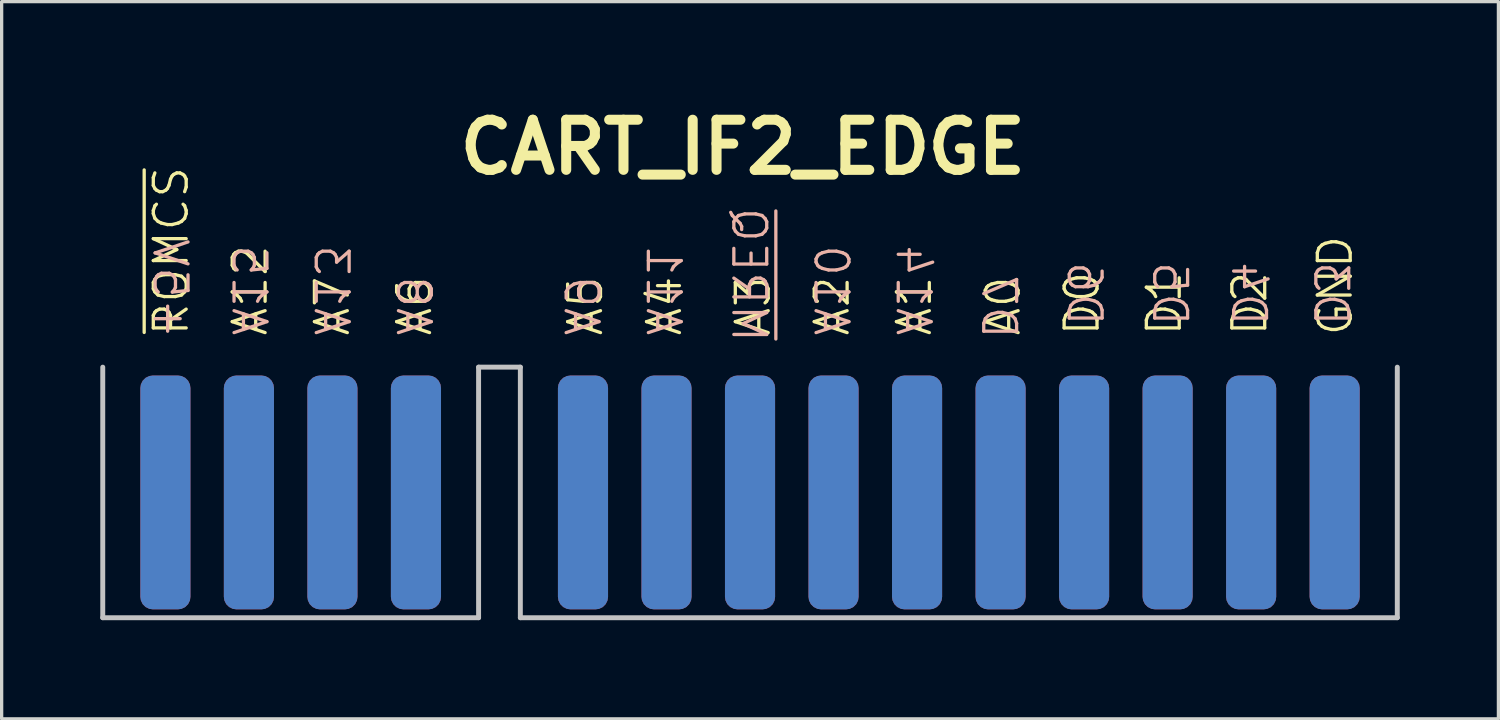
<source format=kicad_pcb>
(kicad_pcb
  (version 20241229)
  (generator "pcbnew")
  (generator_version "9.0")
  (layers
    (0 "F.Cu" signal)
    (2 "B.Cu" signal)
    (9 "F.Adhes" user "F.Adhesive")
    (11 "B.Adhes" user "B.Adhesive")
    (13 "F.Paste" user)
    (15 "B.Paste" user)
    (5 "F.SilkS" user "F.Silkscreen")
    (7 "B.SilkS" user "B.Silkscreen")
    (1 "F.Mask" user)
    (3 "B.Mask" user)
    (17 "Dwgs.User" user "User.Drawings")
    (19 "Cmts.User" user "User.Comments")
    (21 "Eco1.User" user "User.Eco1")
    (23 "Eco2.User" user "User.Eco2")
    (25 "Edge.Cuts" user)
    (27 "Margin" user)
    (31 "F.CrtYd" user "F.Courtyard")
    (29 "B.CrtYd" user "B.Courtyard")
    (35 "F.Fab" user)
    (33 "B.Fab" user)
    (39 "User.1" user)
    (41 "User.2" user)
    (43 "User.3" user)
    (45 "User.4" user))
  (footprint "CART_IF2_EDGE"
    (layer "F.Cu")
    (at 12.14 11.926)
    (property "Reference" "CART_IF2_EDGE" (at 7.4 -10.5 0) (layer "F.SilkS") (effects (font (size 1.524 1.524) (thickness 0.305))))
    (attr through_hole)
    (fp_line (start -12.065 -3.81) (end -12.065 3.81) (stroke (width 0.15) (type solid)) (layer "Dwgs.User"))
    (fp_line (start -12.065 3.81) (end -0.635 3.81) (stroke (width 0.15) (type solid)) (layer "Dwgs.User"))
    (fp_line (start -0.635 -3.81) (end 0.635 -3.81) (stroke (width 0.15) (type solid)) (layer "Dwgs.User"))
    (fp_line (start -0.635 3.81) (end -0.635 -3.81) (stroke (width 0.15) (type solid)) (layer "Dwgs.User"))
    (fp_line (start 0.635 -3.81) (end 0.635 3.81) (stroke (width 0.15) (type solid)) (layer "Dwgs.User"))
    (fp_line (start 0.635 3.81) (end 27.305 3.81) (stroke (width 0.15) (type solid)) (layer "Dwgs.User"))
    (fp_line (start 27.305 3.81) (end 27.305 -3.81) (stroke (width 0.15) (type solid)) (layer "Dwgs.User"))
    (fp_text user "A6" (at -2 -4.7 90) (unlocked yes) (layer "F.SilkS") (effects (font (size 1 1) (thickness 0.1)) (justify left bottom)))
    (fp_text user "D1" (at 20.8 -4.7 90) (unlocked yes) (layer "F.SilkS") (effects (font (size 1 1) (thickness 0.1)) (justify left bottom)))
    (fp_text user "A7" (at -4.5 -4.7 90) (unlocked yes) (layer "F.SilkS") (effects (font (size 1 1) (thickness 0.1)) (justify left bottom)))
    (fp_text user "A3" (at 8.3 -4.7 90) (unlocked yes) (layer "F.SilkS") (effects (font (size 1 1) (thickness 0.1)) (justify left bottom)))
    (fp_text user "D2" (at 23.4 -4.7 90) (unlocked yes) (layer "F.SilkS") (effects (font (size 1 1) (thickness 0.1)) (justify left bottom)))
    (fp_text user "A5" (at 3.2 -4.7 90) (unlocked yes) (layer "F.SilkS") (effects (font (size 1 1) (thickness 0.1)) (justify left bottom)))
    (fp_text user "A1" (at 13.2 -4.7 90) (unlocked yes) (layer "F.SilkS") (effects (font (size 1 1) (thickness 0.1)) (justify left bottom)))
    (fp_text user "A2" (at 10.7 -4.7 90) (unlocked yes) (layer "F.SilkS") (effects (font (size 1 1) (thickness 0.1)) (justify left bottom)))
    (fp_text user "A12" (at -7 -4.7 90) (unlocked yes) (layer "F.SilkS") (effects (font (size 1 1) (thickness 0.1)) (justify left bottom)))
    (fp_text user "GND" (at 26 -4.7 90) (unlocked yes) (layer "F.SilkS") (effects (font (size 1 1) (thickness 0.1)) (justify left bottom)))
    (fp_text user "~{ROMCS}" (at -9.4 -4.7 90) (unlocked yes) (layer "F.SilkS") (effects (font (size 1 1) (thickness 0.1)) (justify left bottom)))
    (fp_text user "A4" (at 5.6 -4.7 90) (unlocked yes) (layer "F.SilkS") (effects (font (size 1 1) (thickness 0.1)) (justify left bottom)))
    (fp_text user "A0" (at 15.9 -4.7 90) (unlocked yes) (layer "F.SilkS") (effects (font (size 1 1) (thickness 0.1)) (justify left bottom)))
    (fp_text user "D0" (at 18.3 -4.7 90) (unlocked yes) (layer "F.SilkS") (effects (font (size 1 1) (thickness 0.1)) (justify left bottom)))
    (fp_text user "A15" (at -8.2 -4.7 270) (unlocked yes) (layer "B.SilkS") (effects (font (size 1 1) (thickness 0.1)) (justify left bottom mirror)))
    (fp_text user "A9" (at 1.9 -4.7 270) (unlocked yes) (layer "B.SilkS") (effects (font (size 1 1) (thickness 0.1)) (justify left bottom mirror)))
    (fp_text user "D4" (at 22.2 -5 270) (unlocked yes) (layer "B.SilkS") (effects (font (size 1 1) (thickness 0.1)) (justify left bottom mirror)))
    (fp_text user "+5V" (at -10.6 -4.6 270) (unlocked yes) (layer "B.SilkS") (effects (font (size 1 1) (thickness 0.1)) (justify left bottom mirror)))
    (fp_text user "D3" (at 24.7 -5 270) (unlocked yes) (layer "B.SilkS") (effects (font (size 1 1) (thickness 0.1)) (justify left bottom mirror)))
    (fp_text user "D7" (at 14.6 -4.6 270) (unlocked yes) (layer "B.SilkS") (effects (font (size 1 1) (thickness 0.1)) (justify left bottom mirror)))
    (fp_text user "A10" (at 9.5 -4.7 270) (unlocked yes) (layer "B.SilkS") (effects (font (size 1 1) (thickness 0.1)) (justify left bottom mirror)))
    (fp_text user "D5" (at 19.8 -5 270) (unlocked yes) (layer "B.SilkS") (effects (font (size 1 1) (thickness 0.1)) (justify left bottom mirror)))
    (fp_text user "A11" (at 4.4 -4.7 270) (unlocked yes) (layer "B.SilkS") (effects (font (size 1 1) (thickness 0.1)) (justify left bottom mirror)))
    (fp_text user "D6" (at 17.2 -5 270) (unlocked yes) (layer "B.SilkS") (effects (font (size 1 1) (thickness 0.1)) (justify left bottom mirror)))
    (fp_text user "~{MREQ}" (at 7 -4.5 270) (unlocked yes) (layer "B.SilkS") (effects (font (size 1 1) (thickness 0.1)) (justify left bottom mirror)))
    (fp_text user "A14" (at 12 -4.7 270) (unlocked yes) (layer "B.SilkS") (effects (font (size 1 1) (thickness 0.1)) (justify left bottom mirror)))
    (fp_text user "A13" (at -5.7 -4.7 270) (unlocked yes) (layer "B.SilkS") (effects (font (size 1 1) (thickness 0.1)) (justify left bottom mirror)))
    (fp_text user "A8" (at -3.2 -4.7 270) (unlocked yes) (layer "B.SilkS") (effects (font (size 1 1) (thickness 0.1)) (justify left bottom mirror)))
    (pad "1" connect roundrect (at -10.16 0) (size 1.524 7.112) (layers "F.Cu" "F.Mask") (roundrect_rratio 0.25))
    (pad "2" connect roundrect (at -10.16 0) (size 1.524 7.112) (layers "B.Cu" "B.Mask") (roundrect_rratio 0.25))
    (pad "3" connect roundrect (at -7.62 0) (size 1.524 7.112) (layers "F.Cu" "F.Mask") (roundrect_rratio 0.25))
    (pad "4" connect roundrect (at -7.62 0) (size 1.524 7.112) (layers "B.Cu" "B.Mask") (roundrect_rratio 0.25))
    (pad "5" connect roundrect (at -5.08 0) (size 1.524 7.112) (layers "F.Cu" "F.Mask") (roundrect_rratio 0.25))
    (pad "6" connect roundrect (at -5.08 0) (size 1.524 7.112) (layers "B.Cu" "B.Mask") (roundrect_rratio 0.25))
    (pad "7" connect roundrect (at -2.54 0) (size 1.524 7.112) (layers "F.Cu" "F.Mask") (roundrect_rratio 0.25))
    (pad "8" connect roundrect (at -2.54 0) (size 1.524 7.112) (layers "B.Cu" "B.Mask") (roundrect_rratio 0.25))
    (pad "9" connect roundrect (at 2.54 0) (size 1.524 7.112) (layers "F.Cu" "F.Mask") (roundrect_rratio 0.25))
    (pad "10" connect roundrect (at 2.54 0) (size 1.524 7.112) (layers "B.Cu" "B.Mask") (roundrect_rratio 0.25))
    (pad "11" connect roundrect (at 5.08 0) (size 1.524 7.112) (layers "F.Cu" "F.Mask") (roundrect_rratio 0.25))
    (pad "12" connect roundrect (at 5.08 0) (size 1.524 7.112) (layers "B.Cu" "B.Mask") (roundrect_rratio 0.25))
    (pad "13" connect roundrect (at 7.62 0) (size 1.524 7.112) (layers "F.Cu" "F.Mask") (roundrect_rratio 0.25))
    (pad "14" connect roundrect (at 7.62 0) (size 1.524 7.112) (layers "B.Cu" "B.Mask") (roundrect_rratio 0.25))
    (pad "15" connect roundrect (at 10.16 0) (size 1.524 7.112) (layers "F.Cu" "F.Mask") (roundrect_rratio 0.25))
    (pad "16" connect roundrect (at 10.16 0) (size 1.524 7.112) (layers "B.Cu" "B.Mask") (roundrect_rratio 0.25))
    (pad "17" connect roundrect (at 12.7 0) (size 1.524 7.112) (layers "F.Cu" "F.Mask") (roundrect_rratio 0.25))
    (pad "18" connect roundrect (at 12.7 0) (size 1.524 7.112) (layers "B.Cu" "B.Mask") (roundrect_rratio 0.25))
    (pad "19" connect roundrect (at 15.24 0) (size 1.524 7.112) (layers "F.Cu" "F.Mask") (roundrect_rratio 0.25))
    (pad "20" connect roundrect (at 15.24 0) (size 1.524 7.112) (layers "B.Cu" "B.Mask") (roundrect_rratio 0.25))
    (pad "21" connect roundrect (at 17.78 0) (size 1.524 7.112) (layers "F.Cu" "F.Mask") (roundrect_rratio 0.25))
    (pad "22" connect roundrect (at 17.78 0) (size 1.524 7.112) (layers "B.Cu" "B.Mask") (roundrect_rratio 0.25))
    (pad "23" connect roundrect (at 20.32 0) (size 1.524 7.112) (layers "F.Cu" "F.Mask") (roundrect_rratio 0.25))
    (pad "24" connect roundrect (at 20.32 0) (size 1.524 7.112) (layers "B.Cu" "B.Mask") (roundrect_rratio 0.25))
    (pad "25" connect roundrect (at 22.86 0) (size 1.524 7.112) (layers "F.Cu" "F.Mask") (roundrect_rratio 0.25))
    (pad "26" connect roundrect (at 22.86 0) (size 1.524 7.112) (layers "B.Cu" "B.Mask") (roundrect_rratio 0.25))
    (pad "27" connect roundrect (at 25.4 0) (size 1.524 7.112) (layers "F.Cu" "F.Mask") (roundrect_rratio 0.25))
    (pad "28" connect roundrect (at 25.4 0) (size 1.524 7.112) (layers "B.Cu" "B.Mask") (roundrect_rratio 0.25))
    (zone (net_name "") (layer "F.Cu") (hatch edge 0.5) (connect_pads) (min_thickness 0.25) (filled_areas_thickness no) (keepout (tracks not_allowed) (vias not_allowed) (pads allowed) (copperpour allowed) (footprints allowed)) (placement (enabled no)) (fill) (polygon (pts (xy 0.317 8.982) (xy 1.077 8.982) (xy 1.077 15.472) (xy 0.313 15.472))))
    (zone (net_name "") (layer "F.Cu") (hatch edge 0.5) (connect_pads) (min_thickness 0.25) (filled_areas_thickness no) (keepout (tracks not_allowed) (vias not_allowed) (pads allowed) (copperpour allowed) (footprints allowed)) (placement (enabled no)) (fill) (polygon (pts (xy 2.86 8.982) (xy 3.62 8.982) (xy 3.62 15.472) (xy 2.856 15.472))))
    (zone (net_name "") (layer "F.Cu") (hatch edge 0.5) (connect_pads) (min_thickness 0.25) (filled_areas_thickness no) (keepout (tracks not_allowed) (vias not_allowed) (pads allowed) (copperpour allowed) (footprints allowed)) (placement (enabled no)) (fill) (polygon (pts (xy 5.403 8.982) (xy 6.163 8.982) (xy 6.163 15.472) (xy 5.399 15.472))))
    (zone (net_name "") (layer "F.Cu") (hatch edge 0.5) (connect_pads) (min_thickness 0.25) (filled_areas_thickness no) (keepout (tracks not_allowed) (vias not_allowed) (pads allowed) (copperpour allowed) (footprints allowed)) (placement (enabled no)) (fill) (polygon (pts (xy 7.947 8.982) (xy 8.707 8.982) (xy 8.707 15.472) (xy 7.943 15.472))))
    (zone (net_name "") (layer "F.Cu") (hatch edge 0.5) (connect_pads) (min_thickness 0.25) (filled_areas_thickness no) (keepout (tracks not_allowed) (vias not_allowed) (pads allowed) (copperpour allowed) (footprints allowed)) (placement (enabled no)) (fill) (polygon (pts (xy 10.49 8.982) (xy 11.25 8.982) (xy 11.25 15.472) (xy 10.486 15.472))))
    (zone (net_name "") (layer "F.Cu") (hatch edge 0.5) (connect_pads) (min_thickness 0.25) (filled_areas_thickness no) (keepout (tracks not_allowed) (vias not_allowed) (pads allowed) (copperpour allowed) (footprints allowed)) (placement (enabled no)) (fill) (polygon (pts (xy 13.033 8.982) (xy 13.793 8.982) (xy 13.793 15.472) (xy 13.029 15.472))))
    (zone (net_name "") (layer "F.Cu") (hatch edge 0.5) (connect_pads) (min_thickness 0.25) (filled_areas_thickness no) (keepout (tracks not_allowed) (vias not_allowed) (pads allowed) (copperpour allowed) (footprints allowed)) (placement (enabled no)) (fill) (polygon (pts (xy 15.577 8.982) (xy 16.337 8.982) (xy 16.337 15.472) (xy 15.573 15.472))))
    (zone (net_name "") (layer "F.Cu") (hatch edge 0.5) (connect_pads) (min_thickness 0.25) (filled_areas_thickness no) (keepout (tracks not_allowed) (vias not_allowed) (pads allowed) (copperpour allowed) (footprints allowed)) (placement (enabled no)) (fill) (polygon (pts (xy 18.12 8.982) (xy 18.88 8.982) (xy 18.88 15.472) (xy 18.116 15.472))))
    (zone (net_name "") (layer "F.Cu") (hatch edge 0.5) (connect_pads) (min_thickness 0.25) (filled_areas_thickness no) (keepout (tracks not_allowed) (vias not_allowed) (pads allowed) (copperpour allowed) (footprints allowed)) (placement (enabled no)) (fill) (polygon (pts (xy 20.663 8.982) (xy 21.423 8.982) (xy 21.423 15.472) (xy 20.659 15.472))))
    (zone (net_name "") (layer "F.Cu") (hatch edge 0.5) (connect_pads) (min_thickness 0.25) (filled_areas_thickness no) (keepout (tracks not_allowed) (vias not_allowed) (pads allowed) (copperpour allowed) (footprints allowed)) (placement (enabled no)) (fill) (polygon (pts (xy 23.207 8.982) (xy 23.967 8.982) (xy 23.967 15.472) (xy 23.203 15.472))))
    (zone (net_name "") (layer "F.Cu") (hatch edge 0.5) (connect_pads) (min_thickness 0.25) (filled_areas_thickness no) (keepout (tracks not_allowed) (vias not_allowed) (pads allowed) (copperpour allowed) (footprints allowed)) (placement (enabled no)) (fill) (polygon (pts (xy 25.75 8.982) (xy 26.51 8.982) (xy 26.51 15.472) (xy 25.746 15.472))))
    (zone (net_name "") (layer "F.Cu") (hatch edge 0.5) (connect_pads) (min_thickness 0.25) (filled_areas_thickness no) (keepout (tracks not_allowed) (vias not_allowed) (pads allowed) (copperpour allowed) (footprints allowed)) (placement (enabled no)) (fill) (polygon (pts (xy 28.293 8.982) (xy 29.053 8.982) (xy 29.053 15.472) (xy 28.289 15.472))))
    (zone (net_name "") (layer "F.Cu") (hatch edge 0.5) (connect_pads) (min_thickness 0.25) (filled_areas_thickness no) (keepout (tracks not_allowed) (vias not_allowed) (pads allowed) (copperpour allowed) (footprints allowed)) (placement (enabled no)) (fill) (polygon (pts (xy 30.837 8.982) (xy 31.597 8.982) (xy 31.597 15.472) (xy 30.833 15.472))))
    (zone (net_name "") (layer "F.Cu") (hatch edge 0.5) (connect_pads) (min_thickness 0.25) (filled_areas_thickness no) (keepout (tracks not_allowed) (vias not_allowed) (pads allowed) (copperpour allowed) (footprints allowed)) (placement (enabled no)) (fill) (polygon (pts (xy 33.38 8.982) (xy 34.14 8.982) (xy 34.14 15.472) (xy 33.376 15.472))))
    (zone (net_name "") (layer "F.Cu") (hatch edge 0.5) (connect_pads) (min_thickness 0.25) (filled_areas_thickness no) (keepout (tracks not_allowed) (vias not_allowed) (pads allowed) (copperpour allowed) (footprints allowed)) (placement (enabled no)) (fill) (polygon (pts (xy 35.923 8.982) (xy 36.683 8.982) (xy 36.683 15.472) (xy 35.919 15.472))))
    (zone (net_name "") (layer "F.Cu") (hatch edge 0.5) (connect_pads) (min_thickness 0.25) (filled_areas_thickness no) (keepout (tracks not_allowed) (vias not_allowed) (pads allowed) (copperpour allowed) (footprints allowed)) (placement (enabled no)) (fill) (polygon (pts (xy 38.467 8.982) (xy 39.227 8.982) (xy 39.227 15.472) (xy 38.463 15.472))))
    (zone (net_name "") (layer "B.Cu") (hatch edge 0.5) (connect_pads) (min_thickness 0.25) (filled_areas_thickness no) (keepout (tracks not_allowed) (vias not_allowed) (pads allowed) (copperpour allowed) (footprints allowed)) (placement (enabled no)) (fill) (polygon (pts (xy 1.072 8.986) (xy 0.312 8.986) (xy 0.312 15.476) (xy 1.076 15.476))))
    (zone (net_name "") (layer "B.Cu") (hatch edge 0.5) (connect_pads) (min_thickness 0.25) (filled_areas_thickness no) (keepout (tracks not_allowed) (vias not_allowed) (pads allowed) (copperpour allowed) (footprints allowed)) (placement (enabled no)) (fill) (polygon (pts (xy 3.615 8.986) (xy 2.855 8.986) (xy 2.855 15.476) (xy 3.619 15.476))))
    (zone (net_name "") (layer "B.Cu") (hatch edge 0.5) (connect_pads) (min_thickness 0.25) (filled_areas_thickness no) (keepout (tracks not_allowed) (vias not_allowed) (pads allowed) (copperpour allowed) (footprints allowed)) (placement (enabled no)) (fill) (polygon (pts (xy 6.159 8.986) (xy 5.399 8.986) (xy 5.399 15.476) (xy 6.163 15.476))))
    (zone (net_name "") (layer "B.Cu") (hatch edge 0.5) (connect_pads) (min_thickness 0.25) (filled_areas_thickness no) (keepout (tracks not_allowed) (vias not_allowed) (pads allowed) (copperpour allowed) (footprints allowed)) (placement (enabled no)) (fill) (polygon (pts (xy 8.702 8.986) (xy 7.942 8.986) (xy 7.942 15.476) (xy 8.706 15.476))))
    (zone (net_name "") (layer "B.Cu") (hatch edge 0.5) (connect_pads) (min_thickness 0.25) (filled_areas_thickness no) (keepout (tracks not_allowed) (vias not_allowed) (pads allowed) (copperpour allowed) (footprints allowed)) (placement (enabled no)) (fill) (polygon (pts (xy 11.245 8.986) (xy 10.485 8.986) (xy 10.485 15.476) (xy 11.249 15.476))))
    (zone (net_name "") (layer "B.Cu") (hatch edge 0.5) (connect_pads) (min_thickness 0.25) (filled_areas_thickness no) (keepout (tracks not_allowed) (vias not_allowed) (pads allowed) (copperpour allowed) (footprints allowed)) (placement (enabled no)) (fill) (polygon (pts (xy 13.789 8.986) (xy 13.029 8.986) (xy 13.029 15.476) (xy 13.793 15.476))))
    (zone (net_name "") (layer "B.Cu") (hatch edge 0.5) (connect_pads) (min_thickness 0.25) (filled_areas_thickness no) (keepout (tracks not_allowed) (vias not_allowed) (pads allowed) (copperpour allowed) (footprints allowed)) (placement (enabled no)) (fill) (polygon (pts (xy 16.332 8.986) (xy 15.572 8.986) (xy 15.572 15.476) (xy 16.336 15.476))))
    (zone (net_name "") (layer "B.Cu") (hatch edge 0.5) (connect_pads) (min_thickness 0.25) (filled_areas_thickness no) (keepout (tracks not_allowed) (vias not_allowed) (pads allowed) (copperpour allowed) (footprints allowed)) (placement (enabled no)) (fill) (polygon (pts (xy 18.875 8.986) (xy 18.115 8.986) (xy 18.115 15.476) (xy 18.879 15.476))))
    (zone (net_name "") (layer "B.Cu") (hatch edge 0.5) (connect_pads) (min_thickness 0.25) (filled_areas_thickness no) (keepout (tracks not_allowed) (vias not_allowed) (pads allowed) (copperpour allowed) (footprints allowed)) (placement (enabled no)) (fill) (polygon (pts (xy 21.419 8.986) (xy 20.659 8.986) (xy 20.659 15.476) (xy 21.423 15.476))))
    (zone (net_name "") (layer "B.Cu") (hatch edge 0.5) (connect_pads) (min_thickness 0.25) (filled_areas_thickness no) (keepout (tracks not_allowed) (vias not_allowed) (pads allowed) (copperpour allowed) (footprints allowed)) (placement (enabled no)) (fill) (polygon (pts (xy 23.962 8.986) (xy 23.202 8.986) (xy 23.202 15.476) (xy 23.966 15.476))))
    (zone (net_name "") (layer "B.Cu") (hatch edge 0.5) (connect_pads) (min_thickness 0.25) (filled_areas_thickness no) (keepout (tracks not_allowed) (vias not_allowed) (pads allowed) (copperpour allowed) (footprints allowed)) (placement (enabled no)) (fill) (polygon (pts (xy 26.505 8.986) (xy 25.745 8.986) (xy 25.745 15.476) (xy 26.509 15.476))))
    (zone (net_name "") (layer "B.Cu") (hatch edge 0.5) (connect_pads) (min_thickness 0.25) (filled_areas_thickness no) (keepout (tracks not_allowed) (vias not_allowed) (pads allowed) (copperpour allowed) (footprints allowed)) (placement (enabled no)) (fill) (polygon (pts (xy 29.049 8.986) (xy 28.289 8.986) (xy 28.289 15.476) (xy 29.053 15.476))))
    (zone (net_name "") (layer "B.Cu") (hatch edge 0.5) (connect_pads) (min_thickness 0.25) (filled_areas_thickness no) (keepout (tracks not_allowed) (vias not_allowed) (pads allowed) (copperpour allowed) (footprints allowed)) (placement (enabled no)) (fill) (polygon (pts (xy 31.592 8.986) (xy 30.832 8.986) (xy 30.832 15.476) (xy 31.596 15.476))))
    (zone (net_name "") (layer "B.Cu") (hatch edge 0.5) (connect_pads) (min_thickness 0.25) (filled_areas_thickness no) (keepout (tracks not_allowed) (vias not_allowed) (pads allowed) (copperpour allowed) (footprints allowed)) (placement (enabled no)) (fill) (polygon (pts (xy 34.135 8.986) (xy 33.375 8.986) (xy 33.375 15.476) (xy 34.139 15.476))))
    (zone (net_name "") (layer "B.Cu") (hatch edge 0.5) (connect_pads) (min_thickness 0.25) (filled_areas_thickness no) (keepout (tracks not_allowed) (vias not_allowed) (pads allowed) (copperpour allowed) (footprints allowed)) (placement (enabled no)) (fill) (polygon (pts (xy 36.679 8.986) (xy 35.919 8.986) (xy 35.919 15.476) (xy 36.683 15.476))))
    (zone (net_name "") (layer "B.Cu") (hatch edge 0.5) (connect_pads) (min_thickness 0.25) (filled_areas_thickness no) (keepout (tracks not_allowed) (vias not_allowed) (pads allowed) (copperpour allowed) (footprints allowed)) (placement (enabled no)) (fill) (polygon (pts (xy 39.222 8.986) (xy 38.462 8.986) (xy 38.462 15.476) (xy 39.226 15.476)))))
  (gr_rect
    (start -3 -3)
    (end 42.52 18.811)
    (stroke (width 0.1) (type default))
    (fill no)
    (layer "Edge.Cuts")))
</source>
